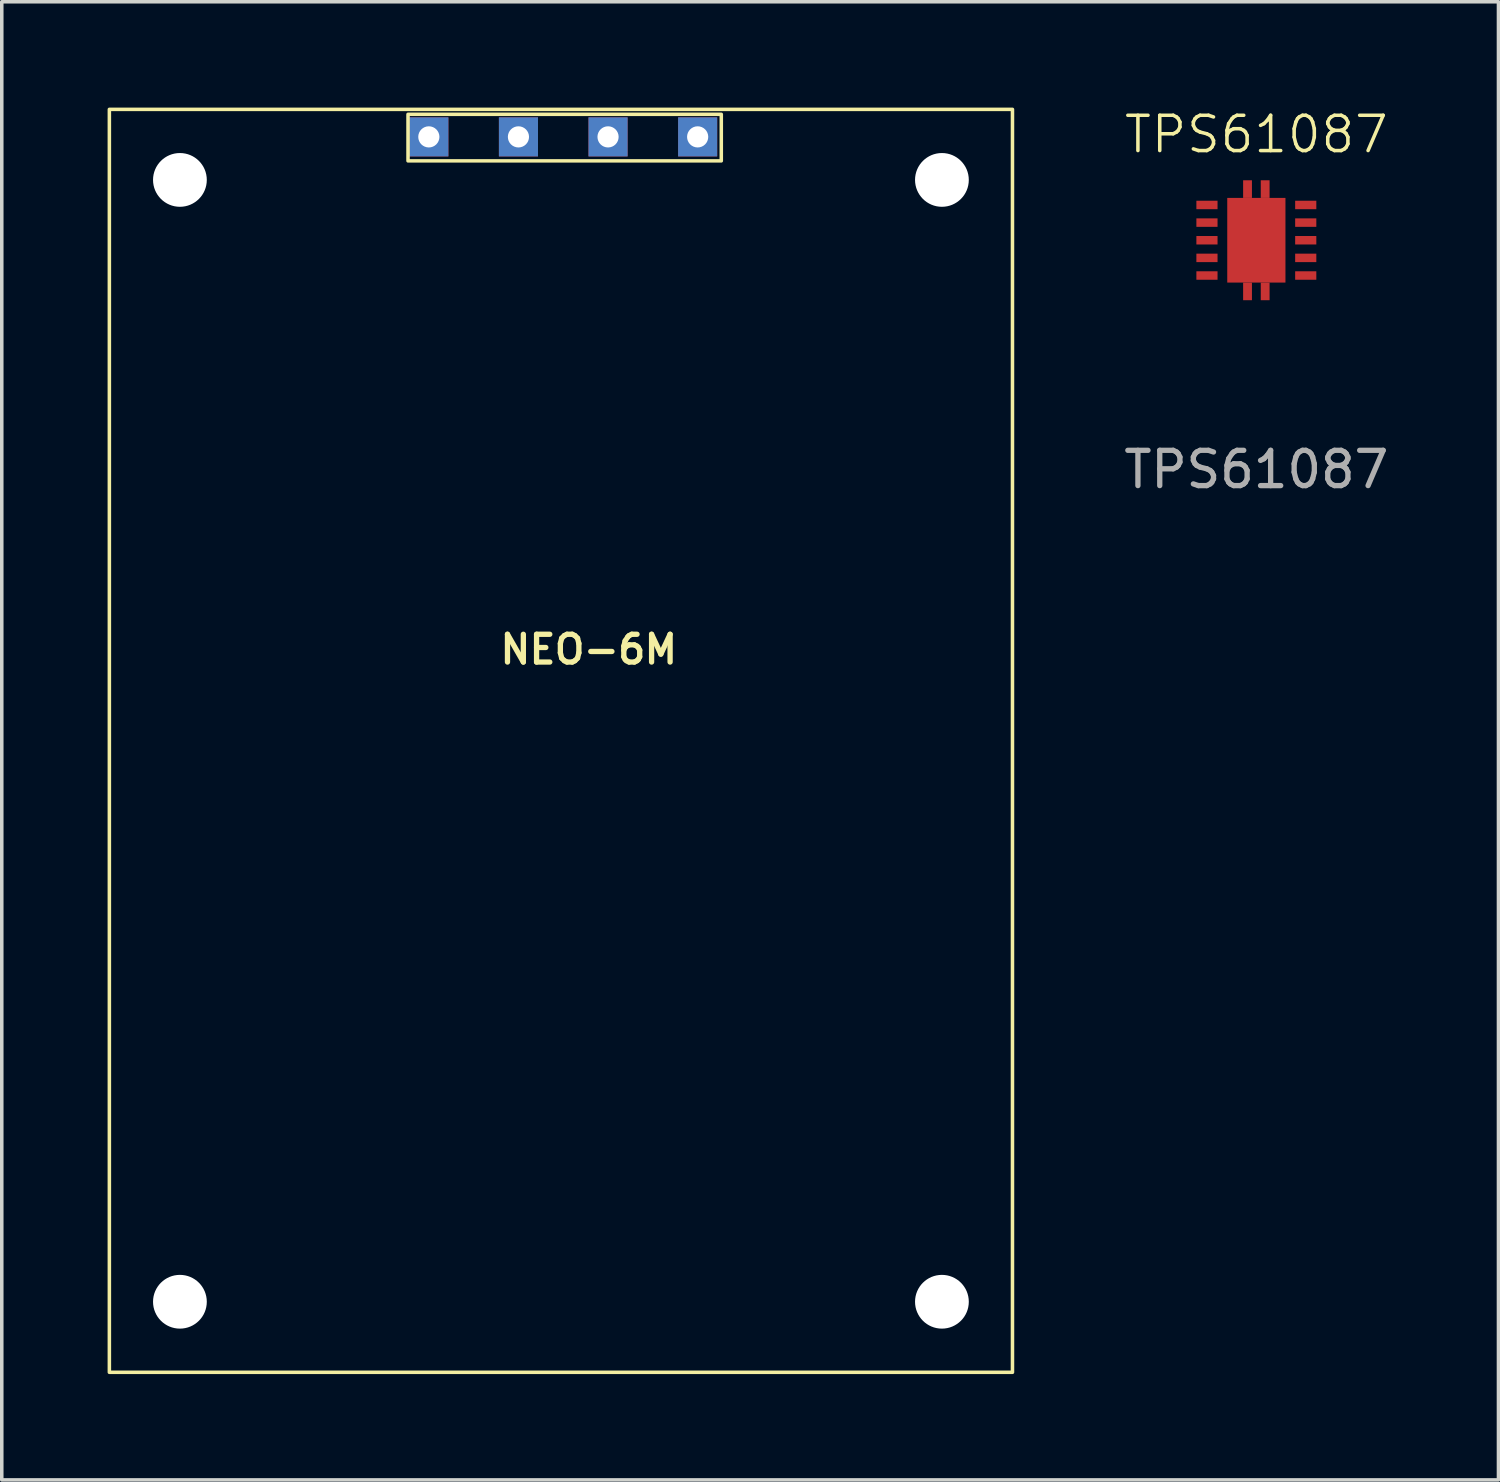
<source format=kicad_pcb>
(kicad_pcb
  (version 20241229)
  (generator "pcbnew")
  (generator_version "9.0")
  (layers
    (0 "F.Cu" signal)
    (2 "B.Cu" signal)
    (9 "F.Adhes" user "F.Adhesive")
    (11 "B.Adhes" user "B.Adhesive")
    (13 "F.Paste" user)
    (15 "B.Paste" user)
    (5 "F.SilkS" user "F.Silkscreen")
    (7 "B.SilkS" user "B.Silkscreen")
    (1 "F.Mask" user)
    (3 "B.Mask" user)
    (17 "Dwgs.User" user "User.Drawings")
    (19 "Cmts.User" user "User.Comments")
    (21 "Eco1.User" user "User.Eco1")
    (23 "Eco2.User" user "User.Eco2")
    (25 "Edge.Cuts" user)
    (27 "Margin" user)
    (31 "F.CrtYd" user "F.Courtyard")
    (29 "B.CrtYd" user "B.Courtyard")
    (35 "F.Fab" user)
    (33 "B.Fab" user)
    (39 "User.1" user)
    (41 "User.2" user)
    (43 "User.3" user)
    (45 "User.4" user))
  (footprint "NEO-6M"
    (layer "F.Cu")
    (at 13.34 15.12)
    (property "Reference" "NEO-6M" (at 0.3 0.24 0) (layer "F.SilkS") (effects (font (size 0.787 0.787) (thickness 0.15))))
    (attr through_hole)
    (fp_rect (start -13.29 -15.07) (end 12.31 20.73) (stroke (width 0.1) (type default)) (fill no) (layer "F.SilkS"))
    (fp_rect (start -4.824 -14.93) (end 4.056 -13.61) (stroke (width 0.1) (type default)) (fill no) (layer "F.SilkS"))
    (pad "" np_thru_hole circle (at -11.29 -13.07) (size 1.524 1.524) (drill 3) (layers "*.Cu" "*.Mask"))
    (pad "" np_thru_hole circle (at -11.29 18.73) (size 1.524 1.524) (drill 3) (layers "*.Cu" "*.Mask"))
    (pad "" np_thru_hole circle (at 10.31 -13.07) (size 1.524 1.524) (drill 3) (layers "*.Cu" "*.Mask"))
    (pad "" np_thru_hole circle (at 10.31 18.73) (size 1.524 1.524) (drill 3) (layers "*.Cu" "*.Mask"))
    (pad "GND" thru_hole rect (at -4.234 -14.29) (size 1.108 1.108) (drill 0.6) (layers "*.Cu" "*.Mask"))
    (pad "RX" thru_hole rect (at 0.846 -14.29) (size 1.108 1.108) (drill 0.6) (layers "*.Cu" "*.Mask"))
    (pad "TX" thru_hole rect (at -1.694 -14.29) (size 1.108 1.108) (drill 0.6) (layers "*.Cu" "*.Mask"))
    (pad "VCC" thru_hole rect (at 3.386 -14.29) (size 1.108 1.108) (drill 0.6) (layers "*.Cu" "*.Mask")))
  (footprint "TPS61087"
    (layer "F.Cu")
    (at 32.563 3.76)
    (property "Reference" "TPS61087" (at 0 -3 0) (unlocked yes) (layer "F.SilkS") (effects (font (size 1 1) (thickness 0.1))))
    (attr smd)
    (fp_text user "${REFERENCE}" (at 0 6.5 0) (unlocked yes) (layer "F.Fab") (effects (font (size 1 1) (thickness 0.15))))
    (pad "1" smd rect (at -1.4 -1) (size 0.6 0.24) (layers "F.Cu" "F.Mask" "F.Paste"))
    (pad "2" smd rect (at -1.4 -0.5) (size 0.6 0.24) (layers "F.Cu" "F.Mask" "F.Paste"))
    (pad "3" smd rect (at -1.4 0) (size 0.6 0.24) (layers "F.Cu" "F.Mask" "F.Paste"))
    (pad "4" smd rect (at -1.4 0.5) (size 0.6 0.24) (layers "F.Cu" "F.Mask" "F.Paste"))
    (pad "5" smd rect (at -1.4 1) (size 0.6 0.24) (layers "F.Cu" "F.Mask" "F.Paste"))
    (pad "6" smd rect (at 1.4 1) (size 0.6 0.24) (layers "F.Cu" "F.Mask" "F.Paste"))
    (pad "7" smd rect (at 1.4 0.5) (size 0.6 0.24) (layers "F.Cu" "F.Mask" "F.Paste"))
    (pad "8" smd rect (at 1.4 0) (size 0.6 0.24) (layers "F.Cu" "F.Mask" "F.Paste"))
    (pad "9" smd rect (at 1.4 -0.5) (size 0.6 0.24) (layers "F.Cu" "F.Mask" "F.Paste"))
    (pad "10" smd rect (at 1.4 -1) (size 0.6 0.24) (layers "F.Cu" "F.Mask" "F.Paste"))
    (pad "11" smd rect (at -0.25 -1.45) (size 0.25 0.5) (layers "F.Cu" "F.Mask" "F.Paste"))
    (pad "11" smd rect (at -0.25 1.45) (size 0.25 0.5) (layers "F.Cu" "F.Mask" "F.Paste"))
    (pad "11" smd rect (at 0 0) (size 1.65 2.4) (layers "F.Cu" "F.Mask" "F.Paste"))
    (pad "11" smd rect (at 0.25 -1.45) (size 0.25 0.5) (layers "F.Cu" "F.Mask" "F.Paste"))
    (pad "11" smd rect (at 0.25 1.45) (size 0.25 0.5) (layers "F.Cu" "F.Mask" "F.Paste")))
  (gr_rect
    (start -3 -3)
    (end 39.426 38.9)
    (stroke (width 0.1) (type default))
    (fill no)
    (layer "Edge.Cuts")))
</source>
